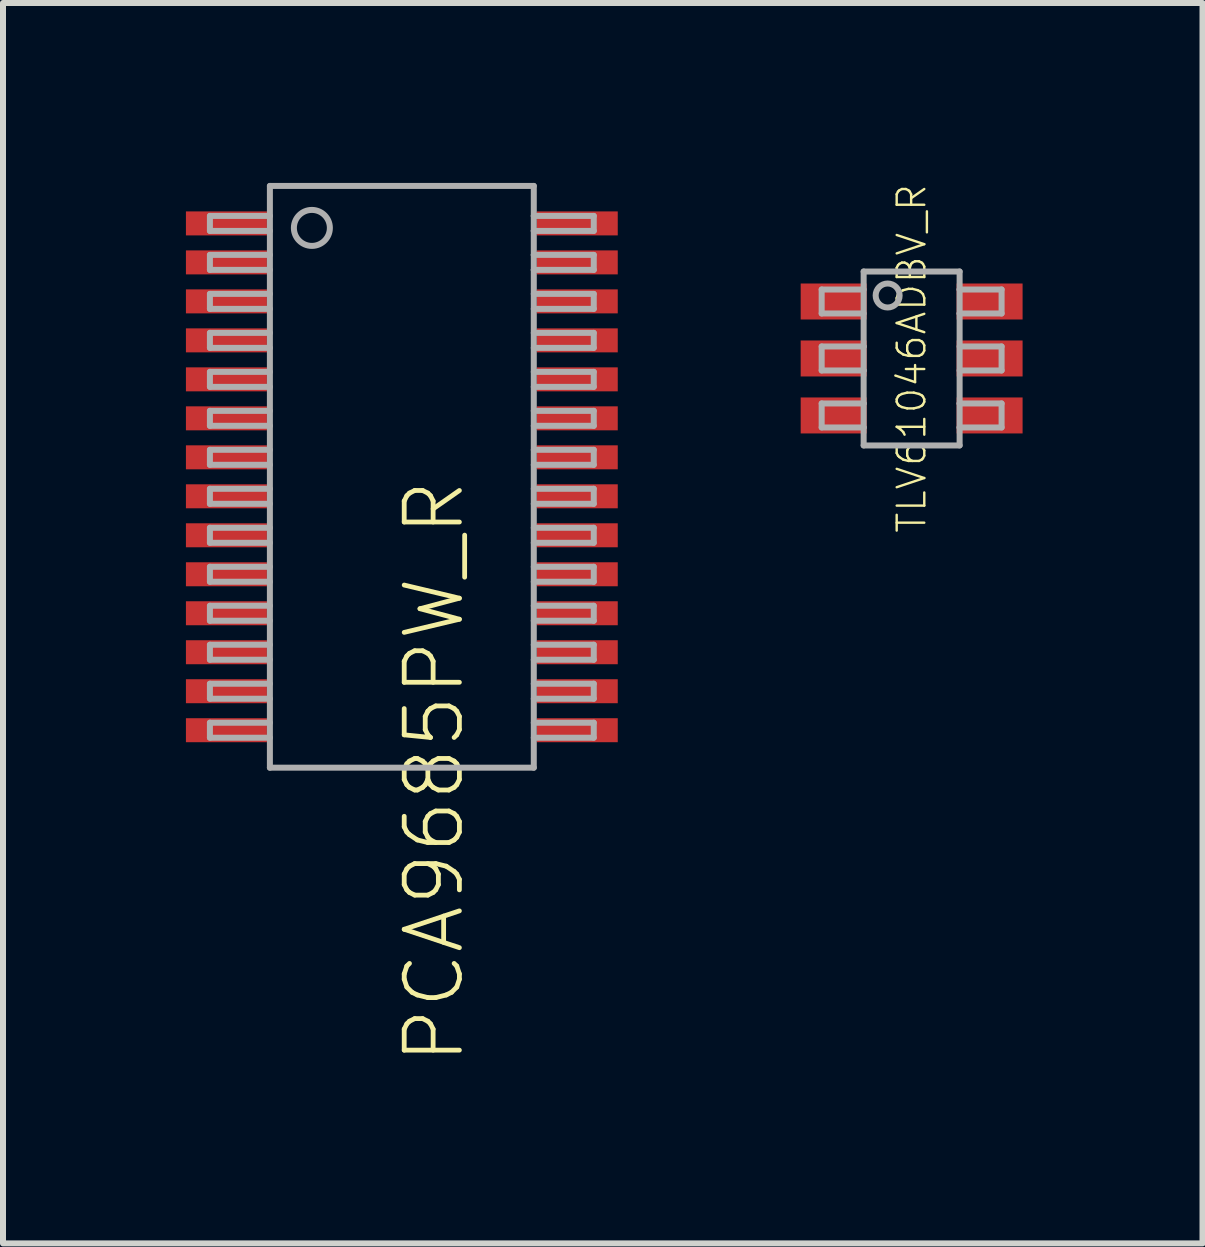
<source format=kicad_pcb>
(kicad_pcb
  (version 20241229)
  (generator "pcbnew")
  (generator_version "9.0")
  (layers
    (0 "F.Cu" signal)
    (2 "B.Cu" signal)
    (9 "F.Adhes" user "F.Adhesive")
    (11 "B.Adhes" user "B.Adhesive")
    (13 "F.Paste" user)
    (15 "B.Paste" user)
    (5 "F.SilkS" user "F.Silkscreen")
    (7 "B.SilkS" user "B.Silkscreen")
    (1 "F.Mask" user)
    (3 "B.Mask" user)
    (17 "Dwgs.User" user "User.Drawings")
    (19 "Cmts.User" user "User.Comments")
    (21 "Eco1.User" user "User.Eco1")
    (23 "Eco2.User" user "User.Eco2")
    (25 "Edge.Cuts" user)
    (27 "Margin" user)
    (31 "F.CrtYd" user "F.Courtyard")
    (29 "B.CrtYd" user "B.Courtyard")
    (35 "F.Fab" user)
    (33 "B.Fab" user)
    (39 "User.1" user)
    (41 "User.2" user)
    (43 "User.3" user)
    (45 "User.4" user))
  (footprint "PCA9685PW_R"
    (layer "F.Cu")
    (at 3.65 4.9)
    (property "Reference" "PCA9685PW_R" (at 0 0 90) (unlocked yes) (layer "F.SilkS") (effects (font (size 0.92 0.92) (thickness 0.08)) (justify right top)))
    (fp_poly (pts (xy -3.65 -4.475) (xy -3.65 -3.975) (xy -2.2 -3.975) (xy -2.2 -4.475)) (stroke (width 0) (type default)) (fill yes) (layer "F.Mask"))
    (fp_poly (pts (xy -3.65 -3.825) (xy -3.65 -3.325) (xy -2.2 -3.325) (xy -2.2 -3.825)) (stroke (width 0) (type default)) (fill yes) (layer "F.Mask"))
    (fp_poly (pts (xy -3.65 -3.175) (xy -3.65 -2.675) (xy -2.2 -2.675) (xy -2.2 -3.175)) (stroke (width 0) (type default)) (fill yes) (layer "F.Mask"))
    (fp_poly (pts (xy -3.65 -2.525) (xy -3.65 -2.025) (xy -2.2 -2.025) (xy -2.2 -2.525)) (stroke (width 0) (type default)) (fill yes) (layer "F.Mask"))
    (fp_poly (pts (xy -3.65 -1.875) (xy -3.65 -1.375) (xy -2.2 -1.375) (xy -2.2 -1.875)) (stroke (width 0) (type default)) (fill yes) (layer "F.Mask"))
    (fp_poly (pts (xy -3.65 -1.225) (xy -3.65 -0.725) (xy -2.2 -0.725) (xy -2.2 -1.225)) (stroke (width 0) (type default)) (fill yes) (layer "F.Mask"))
    (fp_poly (pts (xy -3.65 -0.575) (xy -3.65 -0.075) (xy -2.2 -0.075) (xy -2.2 -0.575)) (stroke (width 0) (type default)) (fill yes) (layer "F.Mask"))
    (fp_poly (pts (xy -3.65 0.075) (xy -3.65 0.575) (xy -2.2 0.575) (xy -2.2 0.075)) (stroke (width 0) (type default)) (fill yes) (layer "F.Mask"))
    (fp_poly (pts (xy -3.65 0.725) (xy -3.65 1.225) (xy -2.2 1.225) (xy -2.2 0.725)) (stroke (width 0) (type default)) (fill yes) (layer "F.Mask"))
    (fp_poly (pts (xy -3.65 1.375) (xy -3.65 1.875) (xy -2.2 1.875) (xy -2.2 1.375)) (stroke (width 0) (type default)) (fill yes) (layer "F.Mask"))
    (fp_poly (pts (xy -3.65 2.025) (xy -3.65 2.525) (xy -2.2 2.525) (xy -2.2 2.025)) (stroke (width 0) (type default)) (fill yes) (layer "F.Mask"))
    (fp_poly (pts (xy -3.65 2.675) (xy -3.65 3.175) (xy -2.2 3.175) (xy -2.2 2.675)) (stroke (width 0) (type default)) (fill yes) (layer "F.Mask"))
    (fp_poly (pts (xy -3.65 3.325) (xy -3.65 3.825) (xy -2.2 3.825) (xy -2.2 3.325)) (stroke (width 0) (type default)) (fill yes) (layer "F.Mask"))
    (fp_poly (pts (xy -3.65 3.975) (xy -3.65 4.475) (xy -2.2 4.475) (xy -2.2 3.975)) (stroke (width 0) (type default)) (fill yes) (layer "F.Mask"))
    (fp_poly (pts (xy 3.65 -3.975) (xy 3.65 -4.475) (xy 2.2 -4.475) (xy 2.2 -3.975)) (stroke (width 0) (type default)) (fill yes) (layer "F.Mask"))
    (fp_poly (pts (xy 3.65 -3.325) (xy 3.65 -3.825) (xy 2.2 -3.825) (xy 2.2 -3.325)) (stroke (width 0) (type default)) (fill yes) (layer "F.Mask"))
    (fp_poly (pts (xy 3.65 -2.675) (xy 3.65 -3.175) (xy 2.2 -3.175) (xy 2.2 -2.675)) (stroke (width 0) (type default)) (fill yes) (layer "F.Mask"))
    (fp_poly (pts (xy 3.65 -2.025) (xy 3.65 -2.525) (xy 2.2 -2.525) (xy 2.2 -2.025)) (stroke (width 0) (type default)) (fill yes) (layer "F.Mask"))
    (fp_poly (pts (xy 3.65 -1.375) (xy 3.65 -1.875) (xy 2.2 -1.875) (xy 2.2 -1.375)) (stroke (width 0) (type default)) (fill yes) (layer "F.Mask"))
    (fp_poly (pts (xy 3.65 -0.725) (xy 3.65 -1.225) (xy 2.2 -1.225) (xy 2.2 -0.725)) (stroke (width 0) (type default)) (fill yes) (layer "F.Mask"))
    (fp_poly (pts (xy 3.65 -0.075) (xy 3.65 -0.575) (xy 2.2 -0.575) (xy 2.2 -0.075)) (stroke (width 0) (type default)) (fill yes) (layer "F.Mask"))
    (fp_poly (pts (xy 3.65 0.575) (xy 3.65 0.075) (xy 2.2 0.075) (xy 2.2 0.575)) (stroke (width 0) (type default)) (fill yes) (layer "F.Mask"))
    (fp_poly (pts (xy 3.65 1.225) (xy 3.65 0.725) (xy 2.2 0.725) (xy 2.2 1.225)) (stroke (width 0) (type default)) (fill yes) (layer "F.Mask"))
    (fp_poly (pts (xy 3.65 1.875) (xy 3.65 1.375) (xy 2.2 1.375) (xy 2.2 1.875)) (stroke (width 0) (type default)) (fill yes) (layer "F.Mask"))
    (fp_poly (pts (xy 3.65 2.525) (xy 3.65 2.025) (xy 2.2 2.025) (xy 2.2 2.525)) (stroke (width 0) (type default)) (fill yes) (layer "F.Mask"))
    (fp_poly (pts (xy 3.65 3.175) (xy 3.65 2.675) (xy 2.2 2.675) (xy 2.2 3.175)) (stroke (width 0) (type default)) (fill yes) (layer "F.Mask"))
    (fp_poly (pts (xy 3.65 3.825) (xy 3.65 3.325) (xy 2.2 3.325) (xy 2.2 3.825)) (stroke (width 0) (type default)) (fill yes) (layer "F.Mask"))
    (fp_poly (pts (xy 3.65 4.475) (xy 3.65 3.975) (xy 2.2 3.975) (xy 2.2 4.475)) (stroke (width 0) (type default)) (fill yes) (layer "F.Mask"))
    (fp_line (start -3.2 -4.35) (end -2.2 -4.35) (stroke (width 0.1) (type solid)) (layer "F.Fab"))
    (fp_line (start -3.2 -4.1) (end -3.2 -4.35) (stroke (width 0.1) (type solid)) (layer "F.Fab"))
    (fp_line (start -3.2 -3.7) (end -2.2 -3.7) (stroke (width 0.1) (type solid)) (layer "F.Fab"))
    (fp_line (start -3.2 -3.45) (end -3.2 -3.7) (stroke (width 0.1) (type solid)) (layer "F.Fab"))
    (fp_line (start -3.2 -3.05) (end -2.2 -3.05) (stroke (width 0.1) (type solid)) (layer "F.Fab"))
    (fp_line (start -3.2 -2.8) (end -3.2 -3.05) (stroke (width 0.1) (type solid)) (layer "F.Fab"))
    (fp_line (start -3.2 -2.4) (end -2.2 -2.4) (stroke (width 0.1) (type solid)) (layer "F.Fab"))
    (fp_line (start -3.2 -2.15) (end -3.2 -2.4) (stroke (width 0.1) (type solid)) (layer "F.Fab"))
    (fp_line (start -3.2 -1.75) (end -2.2 -1.75) (stroke (width 0.1) (type solid)) (layer "F.Fab"))
    (fp_line (start -3.2 -1.5) (end -3.2 -1.75) (stroke (width 0.1) (type solid)) (layer "F.Fab"))
    (fp_line (start -3.2 -1.1) (end -2.2 -1.1) (stroke (width 0.1) (type solid)) (layer "F.Fab"))
    (fp_line (start -3.2 -0.85) (end -3.2 -1.1) (stroke (width 0.1) (type solid)) (layer "F.Fab"))
    (fp_line (start -3.2 -0.45) (end -2.2 -0.45) (stroke (width 0.1) (type solid)) (layer "F.Fab"))
    (fp_line (start -3.2 -0.2) (end -3.2 -0.45) (stroke (width 0.1) (type solid)) (layer "F.Fab"))
    (fp_line (start -3.2 0.2) (end -2.2 0.2) (stroke (width 0.1) (type solid)) (layer "F.Fab"))
    (fp_line (start -3.2 0.45) (end -3.2 0.2) (stroke (width 0.1) (type solid)) (layer "F.Fab"))
    (fp_line (start -3.2 0.85) (end -2.2 0.85) (stroke (width 0.1) (type solid)) (layer "F.Fab"))
    (fp_line (start -3.2 1.1) (end -3.2 0.85) (stroke (width 0.1) (type solid)) (layer "F.Fab"))
    (fp_line (start -3.2 1.5) (end -2.2 1.5) (stroke (width 0.1) (type solid)) (layer "F.Fab"))
    (fp_line (start -3.2 1.75) (end -3.2 1.5) (stroke (width 0.1) (type solid)) (layer "F.Fab"))
    (fp_line (start -3.2 2.15) (end -2.2 2.15) (stroke (width 0.1) (type solid)) (layer "F.Fab"))
    (fp_line (start -3.2 2.4) (end -3.2 2.15) (stroke (width 0.1) (type solid)) (layer "F.Fab"))
    (fp_line (start -3.2 2.8) (end -2.2 2.8) (stroke (width 0.1) (type solid)) (layer "F.Fab"))
    (fp_line (start -3.2 3.05) (end -3.2 2.8) (stroke (width 0.1) (type solid)) (layer "F.Fab"))
    (fp_line (start -3.2 3.45) (end -2.2 3.45) (stroke (width 0.1) (type solid)) (layer "F.Fab"))
    (fp_line (start -3.2 3.7) (end -3.2 3.45) (stroke (width 0.1) (type solid)) (layer "F.Fab"))
    (fp_line (start -3.2 4.1) (end -2.2 4.1) (stroke (width 0.1) (type solid)) (layer "F.Fab"))
    (fp_line (start -3.2 4.35) (end -3.2 4.1) (stroke (width 0.1) (type solid)) (layer "F.Fab"))
    (fp_line (start -2.2 -4.85) (end -2.2 4.85) (stroke (width 0.1) (type solid)) (layer "F.Fab"))
    (fp_line (start -2.2 -4.1) (end -3.2 -4.1) (stroke (width 0.1) (type solid)) (layer "F.Fab"))
    (fp_line (start -2.2 -3.45) (end -3.2 -3.45) (stroke (width 0.1) (type solid)) (layer "F.Fab"))
    (fp_line (start -2.2 -2.8) (end -3.2 -2.8) (stroke (width 0.1) (type solid)) (layer "F.Fab"))
    (fp_line (start -2.2 -2.15) (end -3.2 -2.15) (stroke (width 0.1) (type solid)) (layer "F.Fab"))
    (fp_line (start -2.2 -1.5) (end -3.2 -1.5) (stroke (width 0.1) (type solid)) (layer "F.Fab"))
    (fp_line (start -2.2 -0.85) (end -3.2 -0.85) (stroke (width 0.1) (type solid)) (layer "F.Fab"))
    (fp_line (start -2.2 -0.2) (end -3.2 -0.2) (stroke (width 0.1) (type solid)) (layer "F.Fab"))
    (fp_line (start -2.2 0.45) (end -3.2 0.45) (stroke (width 0.1) (type solid)) (layer "F.Fab"))
    (fp_line (start -2.2 1.1) (end -3.2 1.1) (stroke (width 0.1) (type solid)) (layer "F.Fab"))
    (fp_line (start -2.2 1.75) (end -3.2 1.75) (stroke (width 0.1) (type solid)) (layer "F.Fab"))
    (fp_line (start -2.2 2.4) (end -3.2 2.4) (stroke (width 0.1) (type solid)) (layer "F.Fab"))
    (fp_line (start -2.2 3.05) (end -3.2 3.05) (stroke (width 0.1) (type solid)) (layer "F.Fab"))
    (fp_line (start -2.2 3.7) (end -3.2 3.7) (stroke (width 0.1) (type solid)) (layer "F.Fab"))
    (fp_line (start -2.2 4.35) (end -3.2 4.35) (stroke (width 0.1) (type solid)) (layer "F.Fab"))
    (fp_line (start -2.2 4.85) (end 2.2 4.85) (stroke (width 0.1) (type solid)) (layer "F.Fab"))
    (fp_line (start 2.2 -4.85) (end -2.2 -4.85) (stroke (width 0.1) (type solid)) (layer "F.Fab"))
    (fp_line (start 2.2 -4.35) (end 2.2 -4.85) (stroke (width 0.1) (type solid)) (layer "F.Fab"))
    (fp_line (start 2.2 -4.35) (end 3.2 -4.35) (stroke (width 0.1) (type solid)) (layer "F.Fab"))
    (fp_line (start 2.2 -4.1) (end 2.2 -4.35) (stroke (width 0.1) (type solid)) (layer "F.Fab"))
    (fp_line (start 2.2 -3.7) (end 2.2 -4.1) (stroke (width 0.1) (type solid)) (layer "F.Fab"))
    (fp_line (start 2.2 -3.7) (end 3.2 -3.7) (stroke (width 0.1) (type solid)) (layer "F.Fab"))
    (fp_line (start 2.2 -3.45) (end 2.2 -3.7) (stroke (width 0.1) (type solid)) (layer "F.Fab"))
    (fp_line (start 2.2 -3.05) (end 3.2 -3.05) (stroke (width 0.1) (type solid)) (layer "F.Fab"))
    (fp_line (start 2.2 -2.4) (end 3.2 -2.4) (stroke (width 0.1) (type solid)) (layer "F.Fab"))
    (fp_line (start 2.2 -1.75) (end 3.2 -1.75) (stroke (width 0.1) (type solid)) (layer "F.Fab"))
    (fp_line (start 2.2 -1.1) (end 3.2 -1.1) (stroke (width 0.1) (type solid)) (layer "F.Fab"))
    (fp_line (start 2.2 -0.45) (end 3.2 -0.45) (stroke (width 0.1) (type solid)) (layer "F.Fab"))
    (fp_line (start 2.2 0.2) (end 3.2 0.2) (stroke (width 0.1) (type solid)) (layer "F.Fab"))
    (fp_line (start 2.2 0.85) (end 3.2 0.85) (stroke (width 0.1) (type solid)) (layer "F.Fab"))
    (fp_line (start 2.2 1.5) (end 3.2 1.5) (stroke (width 0.1) (type solid)) (layer "F.Fab"))
    (fp_line (start 2.2 2.15) (end 3.2 2.15) (stroke (width 0.1) (type solid)) (layer "F.Fab"))
    (fp_line (start 2.2 2.8) (end 3.2 2.8) (stroke (width 0.1) (type solid)) (layer "F.Fab"))
    (fp_line (start 2.2 3.45) (end 3.2 3.45) (stroke (width 0.1) (type solid)) (layer "F.Fab"))
    (fp_line (start 2.2 4.1) (end 3.2 4.1) (stroke (width 0.1) (type solid)) (layer "F.Fab"))
    (fp_line (start 2.2 4.85) (end 2.2 -3.45) (stroke (width 0.1) (type solid)) (layer "F.Fab"))
    (fp_line (start 3.2 -4.35) (end 3.2 -4.1) (stroke (width 0.1) (type solid)) (layer "F.Fab"))
    (fp_line (start 3.2 -4.1) (end 2.2 -4.1) (stroke (width 0.1) (type solid)) (layer "F.Fab"))
    (fp_line (start 3.2 -3.7) (end 3.2 -3.45) (stroke (width 0.1) (type solid)) (layer "F.Fab"))
    (fp_line (start 3.2 -3.45) (end 2.2 -3.45) (stroke (width 0.1) (type solid)) (layer "F.Fab"))
    (fp_line (start 3.2 -3.05) (end 3.2 -2.8) (stroke (width 0.1) (type solid)) (layer "F.Fab"))
    (fp_line (start 3.2 -2.8) (end 2.2 -2.8) (stroke (width 0.1) (type solid)) (layer "F.Fab"))
    (fp_line (start 3.2 -2.4) (end 3.2 -2.15) (stroke (width 0.1) (type solid)) (layer "F.Fab"))
    (fp_line (start 3.2 -2.15) (end 2.2 -2.15) (stroke (width 0.1) (type solid)) (layer "F.Fab"))
    (fp_line (start 3.2 -1.75) (end 3.2 -1.5) (stroke (width 0.1) (type solid)) (layer "F.Fab"))
    (fp_line (start 3.2 -1.5) (end 2.2 -1.5) (stroke (width 0.1) (type solid)) (layer "F.Fab"))
    (fp_line (start 3.2 -1.1) (end 3.2 -0.85) (stroke (width 0.1) (type solid)) (layer "F.Fab"))
    (fp_line (start 3.2 -0.85) (end 2.2 -0.85) (stroke (width 0.1) (type solid)) (layer "F.Fab"))
    (fp_line (start 3.2 -0.45) (end 3.2 -0.2) (stroke (width 0.1) (type solid)) (layer "F.Fab"))
    (fp_line (start 3.2 -0.2) (end 2.2 -0.2) (stroke (width 0.1) (type solid)) (layer "F.Fab"))
    (fp_line (start 3.2 0.2) (end 3.2 0.45) (stroke (width 0.1) (type solid)) (layer "F.Fab"))
    (fp_line (start 3.2 0.45) (end 2.2 0.45) (stroke (width 0.1) (type solid)) (layer "F.Fab"))
    (fp_line (start 3.2 0.85) (end 3.2 1.1) (stroke (width 0.1) (type solid)) (layer "F.Fab"))
    (fp_line (start 3.2 1.1) (end 2.2 1.1) (stroke (width 0.1) (type solid)) (layer "F.Fab"))
    (fp_line (start 3.2 1.5) (end 3.2 1.75) (stroke (width 0.1) (type solid)) (layer "F.Fab"))
    (fp_line (start 3.2 1.75) (end 2.2 1.75) (stroke (width 0.1) (type solid)) (layer "F.Fab"))
    (fp_line (start 3.2 2.15) (end 3.2 2.4) (stroke (width 0.1) (type solid)) (layer "F.Fab"))
    (fp_line (start 3.2 2.4) (end 2.2 2.4) (stroke (width 0.1) (type solid)) (layer "F.Fab"))
    (fp_line (start 3.2 2.8) (end 3.2 3.05) (stroke (width 0.1) (type solid)) (layer "F.Fab"))
    (fp_line (start 3.2 3.05) (end 2.2 3.05) (stroke (width 0.1) (type solid)) (layer "F.Fab"))
    (fp_line (start 3.2 3.45) (end 3.2 3.7) (stroke (width 0.1) (type solid)) (layer "F.Fab"))
    (fp_line (start 3.2 3.7) (end 2.2 3.7) (stroke (width 0.1) (type solid)) (layer "F.Fab"))
    (fp_line (start 3.2 4.1) (end 3.2 4.35) (stroke (width 0.1) (type solid)) (layer "F.Fab"))
    (fp_line (start 3.2 4.35) (end 2.2 4.35) (stroke (width 0.1) (type solid)) (layer "F.Fab"))
    (fp_circle (center -1.5 -4.15) (end -1.2 -4.15) (stroke (width 0.1) (type solid)) (fill no) (layer "F.Fab"))
    (pad "1" smd rect (at -2.925 -4.225 270) (size 0.4 1.35) (layers "F.Cu" "F.Paste"))
    (pad "2" smd rect (at -2.925 -3.575 270) (size 0.4 1.35) (layers "F.Cu" "F.Paste"))
    (pad "3" smd rect (at -2.925 -2.925 270) (size 0.4 1.35) (layers "F.Cu" "F.Paste"))
    (pad "4" smd rect (at -2.925 -2.275 270) (size 0.4 1.35) (layers "F.Cu" "F.Paste"))
    (pad "5" smd rect (at -2.925 -1.625 270) (size 0.4 1.35) (layers "F.Cu" "F.Paste"))
    (pad "6" smd rect (at -2.925 -0.975 270) (size 0.4 1.35) (layers "F.Cu" "F.Paste"))
    (pad "7" smd rect (at -2.925 -0.325 270) (size 0.4 1.35) (layers "F.Cu" "F.Paste"))
    (pad "8" smd rect (at -2.925 0.325 270) (size 0.4 1.35) (layers "F.Cu" "F.Paste"))
    (pad "9" smd rect (at -2.925 0.975 270) (size 0.4 1.35) (layers "F.Cu" "F.Paste"))
    (pad "10" smd rect (at -2.925 1.625 270) (size 0.4 1.35) (layers "F.Cu" "F.Paste"))
    (pad "11" smd rect (at -2.925 2.275 270) (size 0.4 1.35) (layers "F.Cu" "F.Paste"))
    (pad "12" smd rect (at -2.925 2.925 270) (size 0.4 1.35) (layers "F.Cu" "F.Paste"))
    (pad "13" smd rect (at -2.925 3.575 270) (size 0.4 1.35) (layers "F.Cu" "F.Paste"))
    (pad "14" smd rect (at -2.925 4.225 270) (size 0.4 1.35) (layers "F.Cu" "F.Paste"))
    (pad "15" smd rect (at 2.925 4.225 90) (size 0.4 1.35) (layers "F.Cu" "F.Paste"))
    (pad "16" smd rect (at 2.925 3.575 90) (size 0.4 1.35) (layers "F.Cu" "F.Paste"))
    (pad "17" smd rect (at 2.925 2.925 90) (size 0.4 1.35) (layers "F.Cu" "F.Paste"))
    (pad "18" smd rect (at 2.925 2.275 90) (size 0.4 1.35) (layers "F.Cu" "F.Paste"))
    (pad "19" smd rect (at 2.925 1.625 90) (size 0.4 1.35) (layers "F.Cu" "F.Paste"))
    (pad "20" smd rect (at 2.925 0.975 90) (size 0.4 1.35) (layers "F.Cu" "F.Paste"))
    (pad "21" smd rect (at 2.925 0.325 90) (size 0.4 1.35) (layers "F.Cu" "F.Paste"))
    (pad "22" smd rect (at 2.925 -0.325 90) (size 0.4 1.35) (layers "F.Cu" "F.Paste"))
    (pad "23" smd rect (at 2.925 -0.975 90) (size 0.4 1.35) (layers "F.Cu" "F.Paste"))
    (pad "24" smd rect (at 2.925 -1.625 90) (size 0.4 1.35) (layers "F.Cu" "F.Paste"))
    (pad "25" smd rect (at 2.925 -2.275 90) (size 0.4 1.35) (layers "F.Cu" "F.Paste"))
    (pad "26" smd rect (at 2.925 -2.925 90) (size 0.4 1.35) (layers "F.Cu" "F.Paste"))
    (pad "27" smd rect (at 2.925 -3.575 90) (size 0.4 1.35) (layers "F.Cu" "F.Paste"))
    (pad "28" smd rect (at 2.925 -4.225 90) (size 0.4 1.35) (layers "F.Cu" "F.Paste")))
  (footprint "TLV61046ADBV_R"
    (layer "F.Cu")
    (at 12.15 2.927)
    (property "Reference" "TLV61046ADBV_R" (at 0 0 90) (unlocked yes) (layer "F.SilkS") (effects (font (size 0.46 0.46) (thickness 0.04))))
    (fp_poly (pts (xy -0.75 -0.65) (xy -1.85 -0.65) (xy -1.85 -1.25) (xy -0.75 -1.25)) (stroke (width 0) (type default)) (fill yes) (layer "F.Paste"))
    (fp_poly (pts (xy -0.75 0.3) (xy -1.85 0.3) (xy -1.85 -0.3) (xy -0.75 -0.3)) (stroke (width 0) (type default)) (fill yes) (layer "F.Paste"))
    (fp_poly (pts (xy -0.75 1.25) (xy -1.85 1.25) (xy -1.85 0.65) (xy -0.75 0.65)) (stroke (width 0) (type default)) (fill yes) (layer "F.Paste"))
    (fp_poly (pts (xy 1.85 -0.65) (xy 0.75 -0.65) (xy 0.75 -1.25) (xy 1.85 -1.25)) (stroke (width 0) (type default)) (fill yes) (layer "F.Paste"))
    (fp_poly (pts (xy 1.85 0.3) (xy 0.75 0.3) (xy 0.75 -0.3) (xy 1.85 -0.3)) (stroke (width 0) (type default)) (fill yes) (layer "F.Paste"))
    (fp_poly (pts (xy 1.85 1.25) (xy 0.75 1.25) (xy 0.75 0.65) (xy 1.85 0.65)) (stroke (width 0) (type default)) (fill yes) (layer "F.Paste"))
    (fp_line (start -1.5 -1.15) (end -1.5 -0.75) (stroke (width 0.1) (type solid)) (layer "F.Fab"))
    (fp_line (start -1.5 -0.75) (end -0.8 -0.75) (stroke (width 0.1) (type solid)) (layer "F.Fab"))
    (fp_line (start -1.5 -0.2) (end -1.5 0.2) (stroke (width 0.1) (type solid)) (layer "F.Fab"))
    (fp_line (start -1.5 0.75) (end -1.5 1.15) (stroke (width 0.1) (type solid)) (layer "F.Fab"))
    (fp_line (start -0.8 -1.45) (end 0.8 -1.45) (stroke (width 0.1) (type solid)) (layer "F.Fab"))
    (fp_line (start -0.8 -1.15) (end -1.5 -1.15) (stroke (width 0.1) (type solid)) (layer "F.Fab"))
    (fp_line (start -0.8 -0.2) (end -1.5 -0.2) (stroke (width 0.1) (type solid)) (layer "F.Fab"))
    (fp_line (start -0.8 -0.2) (end -0.8 -1.45) (stroke (width 0.1) (type solid)) (layer "F.Fab"))
    (fp_line (start -0.8 0.2) (end -1.5 0.2) (stroke (width 0.1) (type solid)) (layer "F.Fab"))
    (fp_line (start -0.8 0.2) (end -0.8 -0.2) (stroke (width 0.1) (type solid)) (layer "F.Fab"))
    (fp_line (start -0.8 0.75) (end -1.5 0.75) (stroke (width 0.1) (type solid)) (layer "F.Fab"))
    (fp_line (start -0.8 0.75) (end -0.8 0.2) (stroke (width 0.1) (type solid)) (layer "F.Fab"))
    (fp_line (start -0.8 1.15) (end -1.5 1.15) (stroke (width 0.1) (type solid)) (layer "F.Fab"))
    (fp_line (start -0.8 1.15) (end -0.8 0.75) (stroke (width 0.1) (type solid)) (layer "F.Fab"))
    (fp_line (start -0.8 1.45) (end -0.8 1.15) (stroke (width 0.1) (type solid)) (layer "F.Fab"))
    (fp_line (start 0.8 -1.45) (end 0.8 -1.15) (stroke (width 0.1) (type solid)) (layer "F.Fab"))
    (fp_line (start 0.8 -1.15) (end 0.8 -0.75) (stroke (width 0.1) (type solid)) (layer "F.Fab"))
    (fp_line (start 0.8 -0.75) (end 0.8 0.75) (stroke (width 0.1) (type solid)) (layer "F.Fab"))
    (fp_line (start 0.8 -0.2) (end 1.5 -0.2) (stroke (width 0.1) (type solid)) (layer "F.Fab"))
    (fp_line (start 0.8 0.2) (end 1.5 0.2) (stroke (width 0.1) (type solid)) (layer "F.Fab"))
    (fp_line (start 0.8 0.75) (end 0.8 1.15) (stroke (width 0.1) (type solid)) (layer "F.Fab"))
    (fp_line (start 0.8 1.15) (end 0.8 1.45) (stroke (width 0.1) (type solid)) (layer "F.Fab"))
    (fp_line (start 0.8 1.45) (end -0.8 1.45) (stroke (width 0.1) (type solid)) (layer "F.Fab"))
    (fp_line (start 1.5 -1.15) (end 0.8 -1.15) (stroke (width 0.1) (type solid)) (layer "F.Fab"))
    (fp_line (start 1.5 -1.15) (end 1.5 -0.75) (stroke (width 0.1) (type solid)) (layer "F.Fab"))
    (fp_line (start 1.5 -0.75) (end 0.8 -0.75) (stroke (width 0.1) (type solid)) (layer "F.Fab"))
    (fp_line (start 1.5 0.2) (end 1.5 -0.2) (stroke (width 0.1) (type solid)) (layer "F.Fab"))
    (fp_line (start 1.5 0.75) (end 0.8 0.75) (stroke (width 0.1) (type solid)) (layer "F.Fab"))
    (fp_line (start 1.5 0.75) (end 1.5 1.15) (stroke (width 0.1) (type solid)) (layer "F.Fab"))
    (fp_line (start 1.5 1.15) (end 0.8 1.15) (stroke (width 0.1) (type solid)) (layer "F.Fab"))
    (fp_circle (center -0.4 -1.05) (end -0.2 -1.05) (stroke (width 0.1) (type solid)) (fill no) (layer "F.Fab"))
    (pad "1" smd rect (at -1.3 -0.95) (size 1.1 0.6) (layers "F.Cu" "F.Mask"))
    (pad "2" smd rect (at -1.3 0) (size 1.1 0.6) (layers "F.Cu" "F.Mask"))
    (pad "3" smd rect (at -1.3 0.95) (size 1.1 0.6) (layers "F.Cu" "F.Mask"))
    (pad "4" smd rect (at 1.3 0.95) (size 1.1 0.6) (layers "F.Cu" "F.Mask"))
    (pad "5" smd rect (at 1.3 0 180) (size 1.1 0.6) (layers "F.Cu" "F.Mask"))
    (pad "6" smd rect (at 1.3 -0.95) (size 1.1 0.6) (layers "F.Cu" "F.Mask")))
  (gr_rect
    (start -3 -3)
    (end 17 17.682)
    (stroke (width 0.1) (type default))
    (fill no)
    (layer "Edge.Cuts")))
</source>
